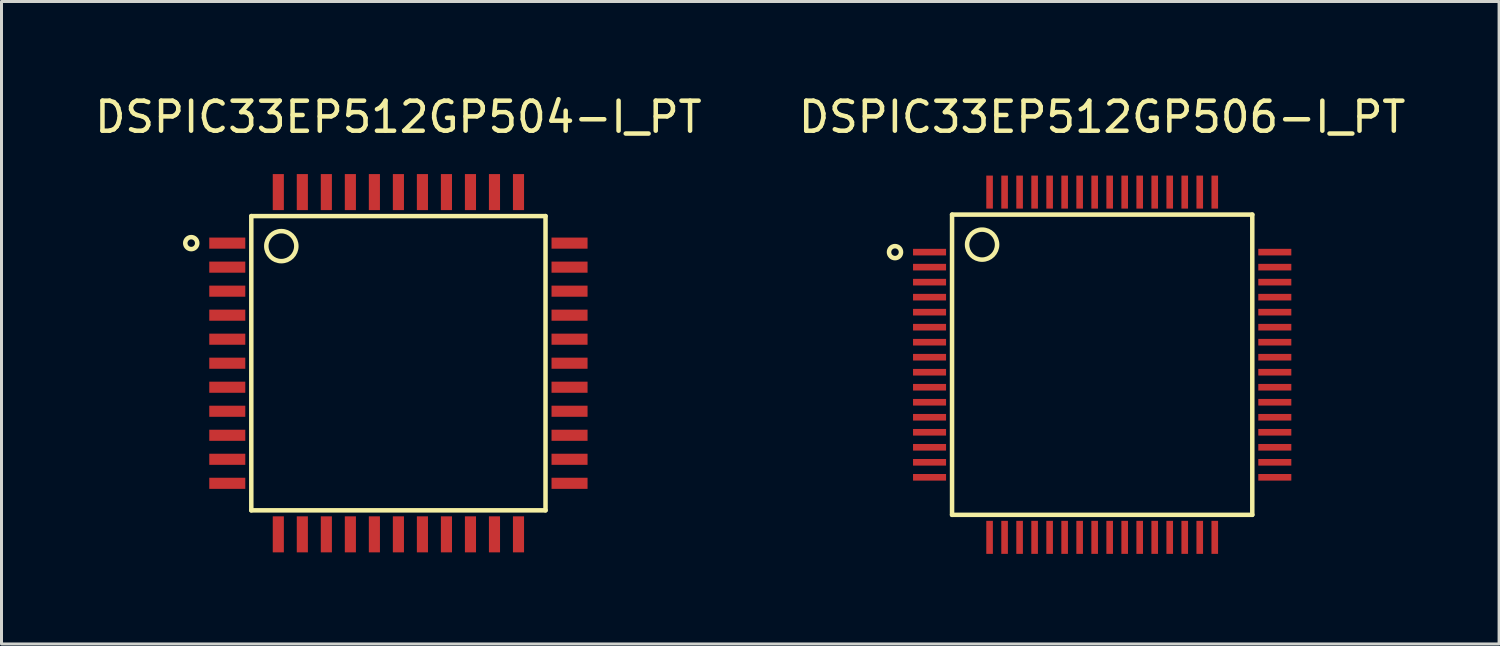
<source format=kicad_pcb>
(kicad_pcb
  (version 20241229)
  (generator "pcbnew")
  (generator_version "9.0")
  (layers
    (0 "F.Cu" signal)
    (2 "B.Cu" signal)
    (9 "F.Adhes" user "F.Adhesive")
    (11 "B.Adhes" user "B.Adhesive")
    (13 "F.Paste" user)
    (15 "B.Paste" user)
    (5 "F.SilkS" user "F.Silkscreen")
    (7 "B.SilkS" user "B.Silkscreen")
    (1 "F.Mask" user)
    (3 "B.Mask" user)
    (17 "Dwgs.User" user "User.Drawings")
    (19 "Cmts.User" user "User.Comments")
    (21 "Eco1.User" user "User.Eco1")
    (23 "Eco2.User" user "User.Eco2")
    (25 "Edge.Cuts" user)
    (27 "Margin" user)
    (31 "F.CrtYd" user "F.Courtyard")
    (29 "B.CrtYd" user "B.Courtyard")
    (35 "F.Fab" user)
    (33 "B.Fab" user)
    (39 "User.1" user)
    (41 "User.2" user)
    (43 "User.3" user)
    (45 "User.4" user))
  (footprint "DSPIC33EP512GP504-I_PT"
    (layer "F.Cu")
    (at 4.52 3.348)
    (property "Reference" "DSPIC33EP512GP504-I_PT" (at 5.7 -2.5 0) (layer "F.SilkS") (effects (font (size 1 1) (thickness 0.15))))
    (attr through_hole)
    (fp_line (start 0.8 0.8) (end 0.8 10.6) (stroke (width 0.15) (type solid)) (layer "F.SilkS"))
    (fp_line (start 0.8 0.8) (end 10.6 0.8) (stroke (width 0.15) (type solid)) (layer "F.SilkS"))
    (fp_line (start 0.8 10.6) (end 10.6 10.6) (stroke (width 0.15) (type solid)) (layer "F.SilkS"))
    (fp_line (start 10.6 10.6) (end 10.6 0.8) (stroke (width 0.15) (type solid)) (layer "F.SilkS"))
    (fp_circle (center -1.2 1.7) (end -1.2 1.5) (stroke (width 0.15) (type solid)) (fill no) (layer "F.SilkS"))
    (fp_circle (center 1.8 1.8) (end 1.8 1.3) (stroke (width 0.15) (type solid)) (fill no) (layer "F.SilkS"))
    (pad "1" smd rect (at 0 1.7) (size 1.2 0.37) (layers "F.Cu" "F.Mask" "F.Paste"))
    (pad "2" smd rect (at 0 2.5) (size 1.2 0.37) (layers "F.Cu" "F.Mask" "F.Paste"))
    (pad "3" smd rect (at 0 3.3) (size 1.2 0.37) (layers "F.Cu" "F.Mask" "F.Paste"))
    (pad "4" smd rect (at 0 4.1) (size 1.2 0.37) (layers "F.Cu" "F.Mask" "F.Paste"))
    (pad "5" smd rect (at 0 4.9) (size 1.2 0.37) (layers "F.Cu" "F.Mask" "F.Paste"))
    (pad "6" smd rect (at 0 5.7) (size 1.2 0.37) (layers "F.Cu" "F.Mask" "F.Paste"))
    (pad "7" smd rect (at 0 6.5) (size 1.2 0.37) (layers "F.Cu" "F.Mask" "F.Paste"))
    (pad "8" smd rect (at 0 7.3) (size 1.2 0.37) (layers "F.Cu" "F.Mask" "F.Paste"))
    (pad "9" smd rect (at 0 8.1) (size 1.2 0.37) (layers "F.Cu" "F.Mask" "F.Paste"))
    (pad "10" smd rect (at 0 8.9) (size 1.2 0.37) (layers "F.Cu" "F.Mask" "F.Paste"))
    (pad "11" smd rect (at 0 9.7) (size 1.2 0.37) (layers "F.Cu" "F.Mask" "F.Paste"))
    (pad "12" smd rect (at 1.7 11.4) (size 0.37 1.2) (layers "F.Cu" "F.Mask" "F.Paste"))
    (pad "13" smd rect (at 2.5 11.4) (size 0.37 1.2) (layers "F.Cu" "F.Mask" "F.Paste"))
    (pad "14" smd rect (at 3.3 11.4) (size 0.37 1.2) (layers "F.Cu" "F.Mask" "F.Paste"))
    (pad "15" smd rect (at 4.1 11.4) (size 0.37 1.2) (layers "F.Cu" "F.Mask" "F.Paste"))
    (pad "16" smd rect (at 4.9 11.4) (size 0.37 1.2) (layers "F.Cu" "F.Mask" "F.Paste"))
    (pad "17" smd rect (at 5.7 11.4) (size 0.37 1.2) (layers "F.Cu" "F.Mask" "F.Paste"))
    (pad "18" smd rect (at 6.5 11.4) (size 0.37 1.2) (layers "F.Cu" "F.Mask" "F.Paste"))
    (pad "19" smd rect (at 7.3 11.4) (size 0.37 1.2) (layers "F.Cu" "F.Mask" "F.Paste"))
    (pad "20" smd rect (at 8.1 11.4) (size 0.37 1.2) (layers "F.Cu" "F.Mask" "F.Paste"))
    (pad "21" smd rect (at 8.9 11.4) (size 0.37 1.2) (layers "F.Cu" "F.Mask" "F.Paste"))
    (pad "22" smd rect (at 9.7 11.4) (size 0.37 1.2) (layers "F.Cu" "F.Mask" "F.Paste"))
    (pad "23" smd rect (at 11.4 9.7) (size 1.2 0.37) (layers "F.Cu" "F.Mask" "F.Paste"))
    (pad "24" smd rect (at 11.4 8.9) (size 1.2 0.37) (layers "F.Cu" "F.Mask" "F.Paste"))
    (pad "25" smd rect (at 11.4 8.1) (size 1.2 0.37) (layers "F.Cu" "F.Mask" "F.Paste"))
    (pad "26" smd rect (at 11.4 7.3) (size 1.2 0.37) (layers "F.Cu" "F.Mask" "F.Paste"))
    (pad "27" smd rect (at 11.4 6.5) (size 1.2 0.37) (layers "F.Cu" "F.Mask" "F.Paste"))
    (pad "28" smd rect (at 11.4 5.7) (size 1.2 0.37) (layers "F.Cu" "F.Mask" "F.Paste"))
    (pad "29" smd rect (at 11.4 4.9) (size 1.2 0.37) (layers "F.Cu" "F.Mask" "F.Paste"))
    (pad "30" smd rect (at 11.4 4.1) (size 1.2 0.37) (layers "F.Cu" "F.Mask" "F.Paste"))
    (pad "31" smd rect (at 11.4 3.3) (size 1.2 0.37) (layers "F.Cu" "F.Mask" "F.Paste"))
    (pad "32" smd rect (at 11.4 2.5) (size 1.2 0.37) (layers "F.Cu" "F.Mask" "F.Paste"))
    (pad "33" smd rect (at 11.4 1.7) (size 1.2 0.37) (layers "F.Cu" "F.Mask" "F.Paste"))
    (pad "34" smd rect (at 9.7 0) (size 0.37 1.2) (layers "F.Cu" "F.Mask" "F.Paste"))
    (pad "35" smd rect (at 8.9 0) (size 0.37 1.2) (layers "F.Cu" "F.Mask" "F.Paste"))
    (pad "36" smd rect (at 8.1 0) (size 0.37 1.2) (layers "F.Cu" "F.Mask" "F.Paste"))
    (pad "37" smd rect (at 7.3 0) (size 0.37 1.2) (layers "F.Cu" "F.Mask" "F.Paste"))
    (pad "38" smd rect (at 6.5 0) (size 0.37 1.2) (layers "F.Cu" "F.Mask" "F.Paste"))
    (pad "39" smd rect (at 5.7 0) (size 0.37 1.2) (layers "F.Cu" "F.Mask" "F.Paste"))
    (pad "40" smd rect (at 4.9 0) (size 0.37 1.2) (layers "F.Cu" "F.Mask" "F.Paste"))
    (pad "41" smd rect (at 4.1 0) (size 0.37 1.2) (layers "F.Cu" "F.Mask" "F.Paste"))
    (pad "42" smd rect (at 3.3 0) (size 0.37 1.2) (layers "F.Cu" "F.Mask" "F.Paste"))
    (pad "43" smd rect (at 2.5 0) (size 0.37 1.2) (layers "F.Cu" "F.Mask" "F.Paste"))
    (pad "44" smd rect (at 1.7 0) (size 0.37 1.2) (layers "F.Cu" "F.Mask" "F.Paste")))
  (footprint "DSPIC33EP512GP506-I_PT"
    (layer "F.Cu")
    (at 27.911 3.348)
    (property "Reference" "DSPIC33EP512GP506-I_PT" (at 5.75 -2.5 0) (layer "F.SilkS") (effects (font (size 1 1) (thickness 0.15))))
    (attr through_hole)
    (fp_line (start 0.75 0.75) (end 0.75 10.75) (stroke (width 0.15) (type solid)) (layer "F.SilkS"))
    (fp_line (start 0.75 0.75) (end 10.75 0.75) (stroke (width 0.15) (type solid)) (layer "F.SilkS"))
    (fp_line (start 0.75 10.75) (end 10.75 10.75) (stroke (width 0.15) (type solid)) (layer "F.SilkS"))
    (fp_line (start 10.75 10.75) (end 10.75 0.75) (stroke (width 0.15) (type solid)) (layer "F.SilkS"))
    (fp_circle (center -1.15 2) (end -1.15 1.8) (stroke (width 0.15) (type solid)) (fill no) (layer "F.SilkS"))
    (fp_circle (center 1.75 1.75) (end 1.75 1.25) (stroke (width 0.15) (type solid)) (fill no) (layer "F.SilkS"))
    (pad "1" smd rect (at 0 2) (size 1.1 0.22) (layers "F.Cu" "F.Mask" "F.Paste"))
    (pad "2" smd rect (at 0 2.5) (size 1.1 0.22) (layers "F.Cu" "F.Mask" "F.Paste"))
    (pad "3" smd rect (at 0 3) (size 1.1 0.22) (layers "F.Cu" "F.Mask" "F.Paste"))
    (pad "4" smd rect (at 0 3.5) (size 1.1 0.22) (layers "F.Cu" "F.Mask" "F.Paste"))
    (pad "5" smd rect (at 0 4) (size 1.1 0.22) (layers "F.Cu" "F.Mask" "F.Paste"))
    (pad "6" smd rect (at 0 4.5) (size 1.1 0.22) (layers "F.Cu" "F.Mask" "F.Paste"))
    (pad "7" smd rect (at 0 5) (size 1.1 0.22) (layers "F.Cu" "F.Mask" "F.Paste"))
    (pad "8" smd rect (at 0 5.5) (size 1.1 0.22) (layers "F.Cu" "F.Mask" "F.Paste"))
    (pad "9" smd rect (at 0 6) (size 1.1 0.22) (layers "F.Cu" "F.Mask" "F.Paste"))
    (pad "10" smd rect (at 0 6.5) (size 1.1 0.22) (layers "F.Cu" "F.Mask" "F.Paste"))
    (pad "11" smd rect (at 0 7) (size 1.1 0.22) (layers "F.Cu" "F.Mask" "F.Paste"))
    (pad "12" smd rect (at 0 7.5) (size 1.1 0.22) (layers "F.Cu" "F.Mask" "F.Paste"))
    (pad "13" smd rect (at 0 8) (size 1.1 0.22) (layers "F.Cu" "F.Mask" "F.Paste"))
    (pad "14" smd rect (at 0 8.5) (size 1.1 0.22) (layers "F.Cu" "F.Mask" "F.Paste"))
    (pad "15" smd rect (at 0 9) (size 1.1 0.22) (layers "F.Cu" "F.Mask" "F.Paste"))
    (pad "16" smd rect (at 0 9.5) (size 1.1 0.22) (layers "F.Cu" "F.Mask" "F.Paste"))
    (pad "17" smd rect (at 2 11.5) (size 0.22 1.1) (layers "F.Cu" "F.Mask" "F.Paste"))
    (pad "18" smd rect (at 2.5 11.5) (size 0.22 1.1) (layers "F.Cu" "F.Mask" "F.Paste"))
    (pad "19" smd rect (at 3 11.5) (size 0.22 1.1) (layers "F.Cu" "F.Mask" "F.Paste"))
    (pad "20" smd rect (at 3.5 11.5) (size 0.22 1.1) (layers "F.Cu" "F.Mask" "F.Paste"))
    (pad "21" smd rect (at 4 11.5) (size 0.22 1.1) (layers "F.Cu" "F.Mask" "F.Paste"))
    (pad "22" smd rect (at 4.5 11.5) (size 0.22 1.1) (layers "F.Cu" "F.Mask" "F.Paste"))
    (pad "23" smd rect (at 5 11.5) (size 0.22 1.1) (layers "F.Cu" "F.Mask" "F.Paste"))
    (pad "24" smd rect (at 5.5 11.5) (size 0.22 1.1) (layers "F.Cu" "F.Mask" "F.Paste"))
    (pad "25" smd rect (at 6 11.5) (size 0.22 1.1) (layers "F.Cu" "F.Mask" "F.Paste"))
    (pad "26" smd rect (at 6.5 11.5) (size 0.22 1.1) (layers "F.Cu" "F.Mask" "F.Paste"))
    (pad "27" smd rect (at 7 11.5) (size 0.22 1.1) (layers "F.Cu" "F.Mask" "F.Paste"))
    (pad "28" smd rect (at 7.5 11.5) (size 0.22 1.1) (layers "F.Cu" "F.Mask" "F.Paste"))
    (pad "29" smd rect (at 8 11.5) (size 0.22 1.1) (layers "F.Cu" "F.Mask" "F.Paste"))
    (pad "30" smd rect (at 8.5 11.5) (size 0.22 1.1) (layers "F.Cu" "F.Mask" "F.Paste"))
    (pad "31" smd rect (at 9 11.5) (size 0.22 1.1) (layers "F.Cu" "F.Mask" "F.Paste"))
    (pad "32" smd rect (at 9.5 11.5) (size 0.22 1.1) (layers "F.Cu" "F.Mask" "F.Paste"))
    (pad "33" smd rect (at 11.5 9.5) (size 1.1 0.22) (layers "F.Cu" "F.Mask" "F.Paste"))
    (pad "34" smd rect (at 11.5 9) (size 1.1 0.22) (layers "F.Cu" "F.Mask" "F.Paste"))
    (pad "35" smd rect (at 11.5 8.5) (size 1.1 0.22) (layers "F.Cu" "F.Mask" "F.Paste"))
    (pad "36" smd rect (at 11.5 8) (size 1.1 0.22) (layers "F.Cu" "F.Mask" "F.Paste"))
    (pad "37" smd rect (at 11.5 7.5) (size 1.1 0.22) (layers "F.Cu" "F.Mask" "F.Paste"))
    (pad "38" smd rect (at 11.5 7) (size 1.1 0.22) (layers "F.Cu" "F.Mask" "F.Paste"))
    (pad "39" smd rect (at 11.5 6.5) (size 1.1 0.22) (layers "F.Cu" "F.Mask" "F.Paste"))
    (pad "40" smd rect (at 11.5 6) (size 1.1 0.22) (layers "F.Cu" "F.Mask" "F.Paste"))
    (pad "41" smd rect (at 11.5 5.5) (size 1.1 0.22) (layers "F.Cu" "F.Mask" "F.Paste"))
    (pad "42" smd rect (at 11.5 5) (size 1.1 0.22) (layers "F.Cu" "F.Mask" "F.Paste"))
    (pad "43" smd rect (at 11.5 4.5) (size 1.1 0.22) (layers "F.Cu" "F.Mask" "F.Paste"))
    (pad "44" smd rect (at 11.5 4) (size 1.1 0.22) (layers "F.Cu" "F.Mask" "F.Paste"))
    (pad "45" smd rect (at 11.5 3.5) (size 1.1 0.22) (layers "F.Cu" "F.Mask" "F.Paste"))
    (pad "46" smd rect (at 11.5 3) (size 1.1 0.22) (layers "F.Cu" "F.Mask" "F.Paste"))
    (pad "47" smd rect (at 11.5 2.5) (size 1.1 0.22) (layers "F.Cu" "F.Mask" "F.Paste"))
    (pad "48" smd rect (at 11.5 2) (size 1.1 0.22) (layers "F.Cu" "F.Mask" "F.Paste"))
    (pad "49" smd rect (at 9.5 0) (size 0.22 1.1) (layers "F.Cu" "F.Mask" "F.Paste"))
    (pad "50" smd rect (at 9 0) (size 0.22 1.1) (layers "F.Cu" "F.Mask" "F.Paste"))
    (pad "51" smd rect (at 8.5 0) (size 0.22 1.1) (layers "F.Cu" "F.Mask" "F.Paste"))
    (pad "52" smd rect (at 8 0) (size 0.22 1.1) (layers "F.Cu" "F.Mask" "F.Paste"))
    (pad "53" smd rect (at 7.5 0) (size 0.22 1.1) (layers "F.Cu" "F.Mask" "F.Paste"))
    (pad "54" smd rect (at 7 0) (size 0.22 1.1) (layers "F.Cu" "F.Mask" "F.Paste"))
    (pad "55" smd rect (at 6.5 0) (size 0.22 1.1) (layers "F.Cu" "F.Mask" "F.Paste"))
    (pad "56" smd rect (at 6 0) (size 0.22 1.1) (layers "F.Cu" "F.Mask" "F.Paste"))
    (pad "57" smd rect (at 5.5 0) (size 0.22 1.1) (layers "F.Cu" "F.Mask" "F.Paste"))
    (pad "58" smd rect (at 5 0) (size 0.22 1.1) (layers "F.Cu" "F.Mask" "F.Paste"))
    (pad "59" smd rect (at 4.5 0) (size 0.22 1.1) (layers "F.Cu" "F.Mask" "F.Paste"))
    (pad "60" smd rect (at 4 0) (size 0.22 1.1) (layers "F.Cu" "F.Mask" "F.Paste"))
    (pad "61" smd rect (at 3.5 0) (size 0.22 1.1) (layers "F.Cu" "F.Mask" "F.Paste"))
    (pad "62" smd rect (at 3 0) (size 0.22 1.1) (layers "F.Cu" "F.Mask" "F.Paste"))
    (pad "63" smd rect (at 2.5 0) (size 0.22 1.1) (layers "F.Cu" "F.Mask" "F.Paste"))
    (pad "64" smd rect (at 2 0) (size 0.22 1.1) (layers "F.Cu" "F.Mask" "F.Paste")))
  (gr_rect
    (start -3 -3)
    (end 46.881 18.398)
    (stroke (width 0.1) (type default))
    (fill no)
    (layer "Edge.Cuts")))
</source>
